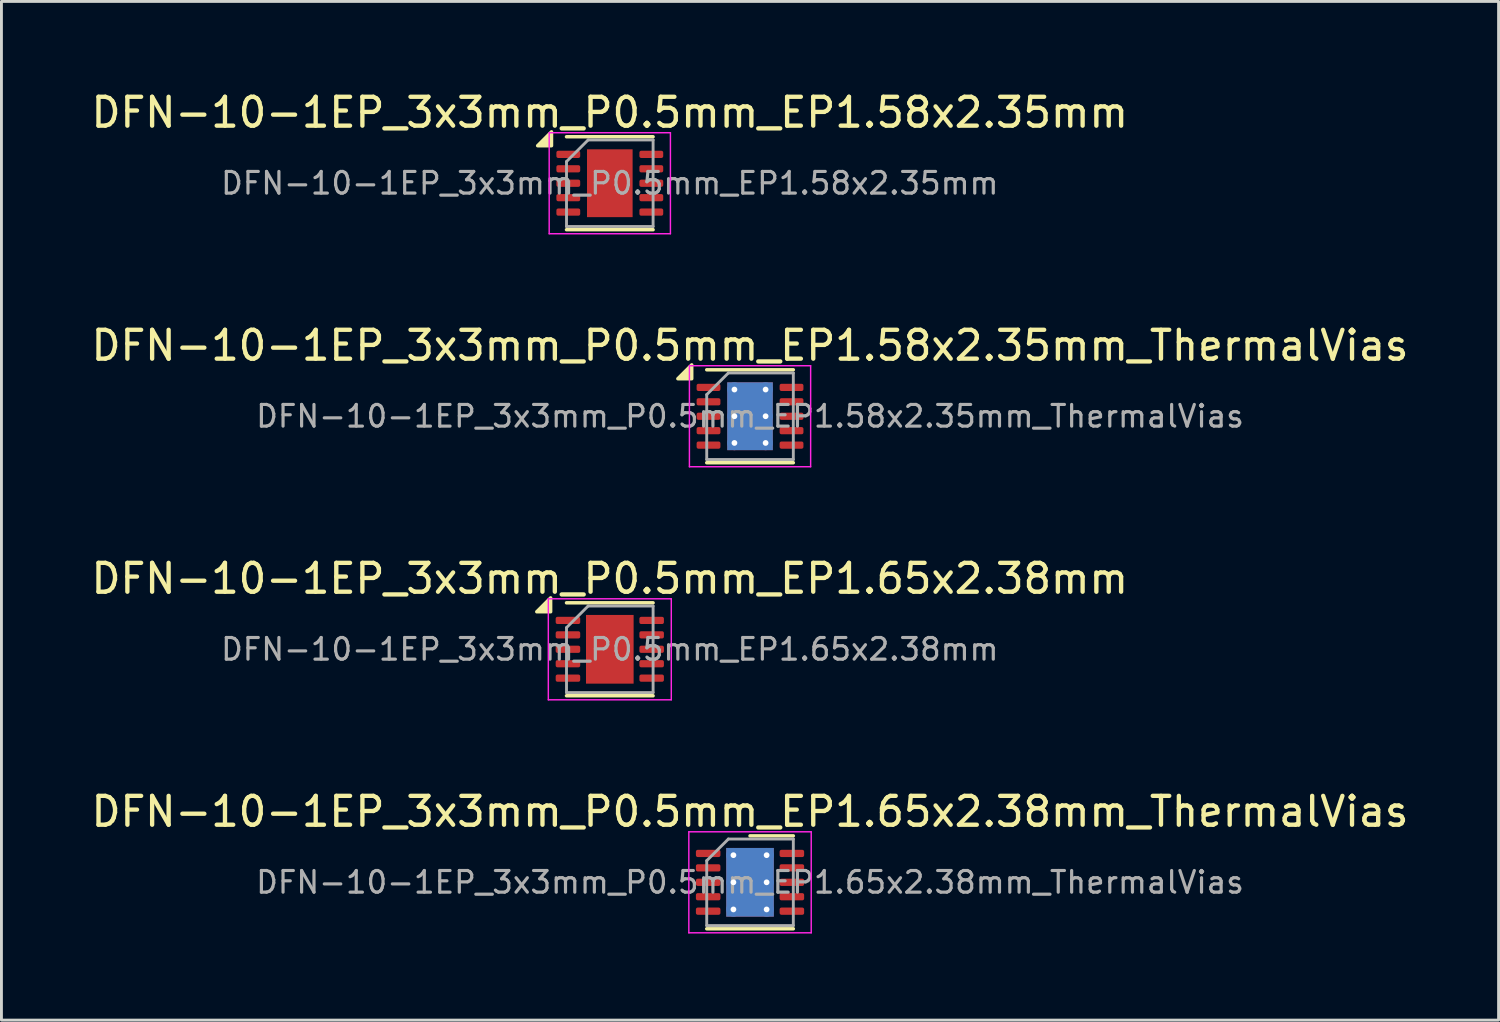
<source format=kicad_pcb>
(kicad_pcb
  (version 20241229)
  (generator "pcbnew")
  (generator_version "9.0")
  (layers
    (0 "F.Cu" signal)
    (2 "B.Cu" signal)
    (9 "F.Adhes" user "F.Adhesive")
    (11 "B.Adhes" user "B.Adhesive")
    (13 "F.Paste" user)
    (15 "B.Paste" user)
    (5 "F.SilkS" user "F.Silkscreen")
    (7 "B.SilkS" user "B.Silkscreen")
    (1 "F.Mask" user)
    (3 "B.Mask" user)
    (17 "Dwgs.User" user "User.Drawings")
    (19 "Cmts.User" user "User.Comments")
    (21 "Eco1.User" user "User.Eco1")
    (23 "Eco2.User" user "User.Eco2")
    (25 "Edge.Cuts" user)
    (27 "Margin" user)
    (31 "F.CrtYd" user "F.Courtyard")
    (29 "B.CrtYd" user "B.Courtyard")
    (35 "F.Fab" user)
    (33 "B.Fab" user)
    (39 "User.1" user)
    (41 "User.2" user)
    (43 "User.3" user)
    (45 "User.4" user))
  (footprint "DFN-10-1EP_3x3mm_P0.5mm_EP1.65x2.38mm"
    (layer "F.Cu")
    (at 18.077 19.445)
    (property "Reference" "DFN-10-1EP_3x3mm_P0.5mm_EP1.65x2.38mm" (at 0 -2.45 0) (layer "F.SilkS") (effects (font (size 1 1) (thickness 0.15))))
    (attr smd)
    (fp_line (start -1.5 -1.61) (end 1.5 -1.61) (stroke (width 0.12) (type solid)) (layer "F.SilkS"))
    (fp_line (start -1.5 1.61) (end 1.5 1.61) (stroke (width 0.12) (type solid)) (layer "F.SilkS"))
    (fp_poly (pts (xy -2.05 -1.3) (xy -2.53 -1.3) (xy -2.05 -1.78) (xy -2.05 -1.3)) (stroke (width 0.12) (type solid)) (fill yes) (layer "F.SilkS"))
    (fp_line (start -2.13 -1.75) (end -2.13 1.75) (stroke (width 0.05) (type solid)) (layer "F.CrtYd"))
    (fp_line (start -2.13 1.75) (end 2.13 1.75) (stroke (width 0.05) (type solid)) (layer "F.CrtYd"))
    (fp_line (start 2.13 -1.75) (end -2.13 -1.75) (stroke (width 0.05) (type solid)) (layer "F.CrtYd"))
    (fp_line (start 2.13 1.75) (end 2.13 -1.75) (stroke (width 0.05) (type solid)) (layer "F.CrtYd"))
    (fp_line (start -1.5 -0.75) (end -0.75 -1.5) (stroke (width 0.1) (type solid)) (layer "F.Fab"))
    (fp_line (start -1.5 1.5) (end -1.5 -0.75) (stroke (width 0.1) (type solid)) (layer "F.Fab"))
    (fp_line (start -0.75 -1.5) (end 1.5 -1.5) (stroke (width 0.1) (type solid)) (layer "F.Fab"))
    (fp_line (start 1.5 -1.5) (end 1.5 1.5) (stroke (width 0.1) (type solid)) (layer "F.Fab"))
    (fp_line (start 1.5 1.5) (end -1.5 1.5) (stroke (width 0.1) (type solid)) (layer "F.Fab"))
    (fp_text user "${REFERENCE}" (at 0 0 0) (layer "F.Fab") (effects (font (size 0.75 0.75) (thickness 0.11))))
    (pad "" smd roundrect (at -0.41 -0.595) (size 0.67 0.96) (layers "F.Paste") (roundrect_rratio 0.25))
    (pad "" smd roundrect (at -0.41 0.595) (size 0.67 0.96) (layers "F.Paste") (roundrect_rratio 0.25))
    (pad "" smd roundrect (at 0.41 -0.595) (size 0.67 0.96) (layers "F.Paste") (roundrect_rratio 0.25))
    (pad "" smd roundrect (at 0.41 0.595) (size 0.67 0.96) (layers "F.Paste") (roundrect_rratio 0.25))
    (pad "1" smd roundrect (at -1.45 -1) (size 0.85 0.25) (layers "F.Cu" "F.Mask" "F.Paste") (roundrect_rratio 0.25))
    (pad "2" smd roundrect (at -1.45 -0.5) (size 0.85 0.25) (layers "F.Cu" "F.Mask" "F.Paste") (roundrect_rratio 0.25))
    (pad "3" smd roundrect (at -1.45 0) (size 0.85 0.25) (layers "F.Cu" "F.Mask" "F.Paste") (roundrect_rratio 0.25))
    (pad "4" smd roundrect (at -1.45 0.5) (size 0.85 0.25) (layers "F.Cu" "F.Mask" "F.Paste") (roundrect_rratio 0.25))
    (pad "5" smd roundrect (at -1.45 1) (size 0.85 0.25) (layers "F.Cu" "F.Mask" "F.Paste") (roundrect_rratio 0.25))
    (pad "6" smd roundrect (at 1.45 1) (size 0.85 0.25) (layers "F.Cu" "F.Mask" "F.Paste") (roundrect_rratio 0.25))
    (pad "7" smd roundrect (at 1.45 0.5) (size 0.85 0.25) (layers "F.Cu" "F.Mask" "F.Paste") (roundrect_rratio 0.25))
    (pad "8" smd roundrect (at 1.45 0) (size 0.85 0.25) (layers "F.Cu" "F.Mask" "F.Paste") (roundrect_rratio 0.25))
    (pad "9" smd roundrect (at 1.45 -0.5) (size 0.85 0.25) (layers "F.Cu" "F.Mask" "F.Paste") (roundrect_rratio 0.25))
    (pad "10" smd roundrect (at 1.45 -1) (size 0.85 0.25) (layers "F.Cu" "F.Mask" "F.Paste") (roundrect_rratio 0.25))
    (pad "11" smd rect (at 0 0) (size 1.65 2.38) (property pad_prop_heatsink) (layers "F.Cu" "F.Mask")))
  (footprint "DFN-10-1EP_3x3mm_P0.5mm_EP1.58x2.35mm_ThermalVias"
    (layer "F.Cu")
    (at 22.935 11.371)
    (property "Reference" "DFN-10-1EP_3x3mm_P0.5mm_EP1.58x2.35mm_ThermalVias" (at 0 -2.45 0) (layer "F.SilkS") (effects (font (size 1 1) (thickness 0.15))))
    (attr smd)
    (fp_line (start -1.5 -1.61) (end 1.5 -1.61) (stroke (width 0.12) (type solid)) (layer "F.SilkS"))
    (fp_line (start -1.5 1.61) (end 1.5 1.61) (stroke (width 0.12) (type solid)) (layer "F.SilkS"))
    (fp_poly (pts (xy -2.02 -1.3) (xy -2.5 -1.3) (xy -2.02 -1.78) (xy -2.02 -1.3)) (stroke (width 0.12) (type solid)) (fill yes) (layer "F.SilkS"))
    (fp_line (start -2.1 -1.75) (end -2.1 1.75) (stroke (width 0.05) (type solid)) (layer "F.CrtYd"))
    (fp_line (start -2.1 1.75) (end 2.1 1.75) (stroke (width 0.05) (type solid)) (layer "F.CrtYd"))
    (fp_line (start 2.1 -1.75) (end -2.1 -1.75) (stroke (width 0.05) (type solid)) (layer "F.CrtYd"))
    (fp_line (start 2.1 1.75) (end 2.1 -1.75) (stroke (width 0.05) (type solid)) (layer "F.CrtYd"))
    (fp_line (start -1.5 -0.75) (end -0.75 -1.5) (stroke (width 0.1) (type solid)) (layer "F.Fab"))
    (fp_line (start -1.5 1.5) (end -1.5 -0.75) (stroke (width 0.1) (type solid)) (layer "F.Fab"))
    (fp_line (start -0.75 -1.5) (end 1.5 -1.5) (stroke (width 0.1) (type solid)) (layer "F.Fab"))
    (fp_line (start 1.5 -1.5) (end 1.5 1.5) (stroke (width 0.1) (type solid)) (layer "F.Fab"))
    (fp_line (start 1.5 1.5) (end -1.5 1.5) (stroke (width 0.1) (type solid)) (layer "F.Fab"))
    (fp_text user "${REFERENCE}" (at 0 0 0) (layer "F.Fab") (effects (font (size 0.75 0.75) (thickness 0.11))))
    (pad "" smd roundrect (at 0 -0.59) (size 1.27 0.95) (layers "F.Paste") (roundrect_rratio 0.25))
    (pad "" smd roundrect (at 0 0.59) (size 1.27 0.95) (layers "F.Paste") (roundrect_rratio 0.25))
    (pad "1" smd roundrect (at -1.438 -1) (size 0.825 0.25) (layers "F.Cu" "F.Mask" "F.Paste") (roundrect_rratio 0.25))
    (pad "2" smd roundrect (at -1.438 -0.5) (size 0.825 0.25) (layers "F.Cu" "F.Mask" "F.Paste") (roundrect_rratio 0.25))
    (pad "3" smd roundrect (at -1.438 0) (size 0.825 0.25) (layers "F.Cu" "F.Mask" "F.Paste") (roundrect_rratio 0.25))
    (pad "4" smd roundrect (at -1.438 0.5) (size 0.825 0.25) (layers "F.Cu" "F.Mask" "F.Paste") (roundrect_rratio 0.25))
    (pad "5" smd roundrect (at -1.438 1) (size 0.825 0.25) (layers "F.Cu" "F.Mask" "F.Paste") (roundrect_rratio 0.25))
    (pad "6" smd roundrect (at 1.438 1) (size 0.825 0.25) (layers "F.Cu" "F.Mask" "F.Paste") (roundrect_rratio 0.25))
    (pad "7" smd roundrect (at 1.438 0.5) (size 0.825 0.25) (layers "F.Cu" "F.Mask" "F.Paste") (roundrect_rratio 0.25))
    (pad "8" smd roundrect (at 1.438 0) (size 0.825 0.25) (layers "F.Cu" "F.Mask" "F.Paste") (roundrect_rratio 0.25))
    (pad "9" smd roundrect (at 1.438 -0.5) (size 0.825 0.25) (layers "F.Cu" "F.Mask" "F.Paste") (roundrect_rratio 0.25))
    (pad "10" smd roundrect (at 1.438 -1) (size 0.825 0.25) (layers "F.Cu" "F.Mask" "F.Paste") (roundrect_rratio 0.25))
    (pad "11" thru_hole circle (at -0.54 -0.925) (size 0.5 0.5) (drill 0.2) (property pad_prop_heatsink) (layers "*.Cu"))
    (pad "11" thru_hole circle (at -0.54 0) (size 0.5 0.5) (drill 0.2) (property pad_prop_heatsink) (layers "*.Cu"))
    (pad "11" thru_hole circle (at -0.54 0.925) (size 0.5 0.5) (drill 0.2) (property pad_prop_heatsink) (layers "*.Cu"))
    (pad "11" smd rect (at 0 0) (size 1.58 2.35) (property pad_prop_heatsink) (layers "F.Cu" "F.Mask"))
    (pad "11" smd rect (at 0 0) (size 1.58 2.35) (property pad_prop_heatsink) (layers "B.Cu"))
    (pad "11" thru_hole circle (at 0.54 -0.925) (size 0.5 0.5) (drill 0.2) (property pad_prop_heatsink) (layers "*.Cu"))
    (pad "11" thru_hole circle (at 0.54 0) (size 0.5 0.5) (drill 0.2) (property pad_prop_heatsink) (layers "*.Cu"))
    (pad "11" thru_hole circle (at 0.54 0.925) (size 0.5 0.5) (drill 0.2) (property pad_prop_heatsink) (layers "*.Cu")))
  (footprint "DFN-10-1EP_3x3mm_P0.5mm_EP1.58x2.35mm"
    (layer "F.Cu")
    (at 18.077 3.298)
    (property "Reference" "DFN-10-1EP_3x3mm_P0.5mm_EP1.58x2.35mm" (at 0 -2.45 0) (layer "F.SilkS") (effects (font (size 1 1) (thickness 0.15))))
    (attr smd)
    (fp_line (start -1.5 -1.61) (end 1.5 -1.61) (stroke (width 0.12) (type solid)) (layer "F.SilkS"))
    (fp_line (start -1.5 1.61) (end 1.5 1.61) (stroke (width 0.12) (type solid)) (layer "F.SilkS"))
    (fp_poly (pts (xy -2.02 -1.3) (xy -2.5 -1.3) (xy -2.02 -1.78) (xy -2.02 -1.3)) (stroke (width 0.12) (type solid)) (fill yes) (layer "F.SilkS"))
    (fp_line (start -2.1 -1.75) (end -2.1 1.75) (stroke (width 0.05) (type solid)) (layer "F.CrtYd"))
    (fp_line (start -2.1 1.75) (end 2.1 1.75) (stroke (width 0.05) (type solid)) (layer "F.CrtYd"))
    (fp_line (start 2.1 -1.75) (end -2.1 -1.75) (stroke (width 0.05) (type solid)) (layer "F.CrtYd"))
    (fp_line (start 2.1 1.75) (end 2.1 -1.75) (stroke (width 0.05) (type solid)) (layer "F.CrtYd"))
    (fp_line (start -1.5 -0.75) (end -0.75 -1.5) (stroke (width 0.1) (type solid)) (layer "F.Fab"))
    (fp_line (start -1.5 1.5) (end -1.5 -0.75) (stroke (width 0.1) (type solid)) (layer "F.Fab"))
    (fp_line (start -0.75 -1.5) (end 1.5 -1.5) (stroke (width 0.1) (type solid)) (layer "F.Fab"))
    (fp_line (start 1.5 -1.5) (end 1.5 1.5) (stroke (width 0.1) (type solid)) (layer "F.Fab"))
    (fp_line (start 1.5 1.5) (end -1.5 1.5) (stroke (width 0.1) (type solid)) (layer "F.Fab"))
    (fp_text user "${REFERENCE}" (at 0 0 0) (layer "F.Fab") (effects (font (size 0.75 0.75) (thickness 0.11))))
    (pad "" smd roundrect (at -0.395 -0.59) (size 0.64 0.95) (layers "F.Paste") (roundrect_rratio 0.25))
    (pad "" smd roundrect (at -0.395 0.59) (size 0.64 0.95) (layers "F.Paste") (roundrect_rratio 0.25))
    (pad "" smd roundrect (at 0.395 -0.59) (size 0.64 0.95) (layers "F.Paste") (roundrect_rratio 0.25))
    (pad "" smd roundrect (at 0.395 0.59) (size 0.64 0.95) (layers "F.Paste") (roundrect_rratio 0.25))
    (pad "1" smd roundrect (at -1.438 -1) (size 0.825 0.25) (layers "F.Cu" "F.Mask" "F.Paste") (roundrect_rratio 0.25))
    (pad "2" smd roundrect (at -1.438 -0.5) (size 0.825 0.25) (layers "F.Cu" "F.Mask" "F.Paste") (roundrect_rratio 0.25))
    (pad "3" smd roundrect (at -1.438 0) (size 0.825 0.25) (layers "F.Cu" "F.Mask" "F.Paste") (roundrect_rratio 0.25))
    (pad "4" smd roundrect (at -1.438 0.5) (size 0.825 0.25) (layers "F.Cu" "F.Mask" "F.Paste") (roundrect_rratio 0.25))
    (pad "5" smd roundrect (at -1.438 1) (size 0.825 0.25) (layers "F.Cu" "F.Mask" "F.Paste") (roundrect_rratio 0.25))
    (pad "6" smd roundrect (at 1.438 1) (size 0.825 0.25) (layers "F.Cu" "F.Mask" "F.Paste") (roundrect_rratio 0.25))
    (pad "7" smd roundrect (at 1.438 0.5) (size 0.825 0.25) (layers "F.Cu" "F.Mask" "F.Paste") (roundrect_rratio 0.25))
    (pad "8" smd roundrect (at 1.438 0) (size 0.825 0.25) (layers "F.Cu" "F.Mask" "F.Paste") (roundrect_rratio 0.25))
    (pad "9" smd roundrect (at 1.438 -0.5) (size 0.825 0.25) (layers "F.Cu" "F.Mask" "F.Paste") (roundrect_rratio 0.25))
    (pad "10" smd roundrect (at 1.438 -1) (size 0.825 0.25) (layers "F.Cu" "F.Mask" "F.Paste") (roundrect_rratio 0.25))
    (pad "11" smd rect (at 0 0) (size 1.58 2.35) (property pad_prop_heatsink) (layers "F.Cu" "F.Mask")))
  (footprint "DFN-10-1EP_3x3mm_P0.5mm_EP1.65x2.38mm_ThermalVias"
    (layer "F.Cu")
    (at 22.935 27.518)
    (property "Reference" "DFN-10-1EP_3x3mm_P0.5mm_EP1.65x2.38mm_ThermalVias" (at 0 -2.45 0) (layer "F.SilkS") (effects (font (size 1 1) (thickness 0.15))))
    (attr smd)
    (fp_line (start -1.5 1.61) (end 1.5 1.61) (stroke (width 0.12) (type solid)) (layer "F.SilkS"))
    (fp_line (start 0 -1.61) (end 1.5 -1.61) (stroke (width 0.12) (type solid)) (layer "F.SilkS"))
    (fp_line (start -2.12 -1.75) (end -2.12 1.75) (stroke (width 0.05) (type solid)) (layer "F.CrtYd"))
    (fp_line (start -2.12 1.75) (end 2.12 1.75) (stroke (width 0.05) (type solid)) (layer "F.CrtYd"))
    (fp_line (start 2.12 -1.75) (end -2.12 -1.75) (stroke (width 0.05) (type solid)) (layer "F.CrtYd"))
    (fp_line (start 2.12 1.75) (end 2.12 -1.75) (stroke (width 0.05) (type solid)) (layer "F.CrtYd"))
    (fp_line (start -1.5 -0.75) (end -0.75 -1.5) (stroke (width 0.1) (type solid)) (layer "F.Fab"))
    (fp_line (start -1.5 1.5) (end -1.5 -0.75) (stroke (width 0.1) (type solid)) (layer "F.Fab"))
    (fp_line (start -0.75 -1.5) (end 1.5 -1.5) (stroke (width 0.1) (type solid)) (layer "F.Fab"))
    (fp_line (start 1.5 -1.5) (end 1.5 1.5) (stroke (width 0.1) (type solid)) (layer "F.Fab"))
    (fp_line (start 1.5 1.5) (end -1.5 1.5) (stroke (width 0.1) (type solid)) (layer "F.Fab"))
    (fp_text user "${REFERENCE}" (at 0 0 0) (layer "F.Fab") (effects (font (size 0.75 0.75) (thickness 0.11))))
    (pad "" smd roundrect (at -0.41 -0.595) (size 0.67 0.96) (layers "F.Paste") (roundrect_rratio 0.25))
    (pad "" smd roundrect (at -0.41 0.595) (size 0.67 0.96) (layers "F.Paste") (roundrect_rratio 0.25))
    (pad "" smd roundrect (at 0.41 -0.595) (size 0.67 0.96) (layers "F.Paste") (roundrect_rratio 0.25))
    (pad "" smd roundrect (at 0.41 0.595) (size 0.67 0.96) (layers "F.Paste") (roundrect_rratio 0.25))
    (pad "1" smd roundrect (at -1.45 -1) (size 0.85 0.25) (layers "F.Cu" "F.Mask" "F.Paste") (roundrect_rratio 0.25))
    (pad "2" smd roundrect (at -1.45 -0.5) (size 0.85 0.25) (layers "F.Cu" "F.Mask" "F.Paste") (roundrect_rratio 0.25))
    (pad "3" smd roundrect (at -1.45 0) (size 0.85 0.25) (layers "F.Cu" "F.Mask" "F.Paste") (roundrect_rratio 0.25))
    (pad "4" smd roundrect (at -1.45 0.5) (size 0.85 0.25) (layers "F.Cu" "F.Mask" "F.Paste") (roundrect_rratio 0.25))
    (pad "5" smd roundrect (at -1.45 1) (size 0.85 0.25) (layers "F.Cu" "F.Mask" "F.Paste") (roundrect_rratio 0.25))
    (pad "6" smd roundrect (at 1.45 1) (size 0.85 0.25) (layers "F.Cu" "F.Mask" "F.Paste") (roundrect_rratio 0.25))
    (pad "7" smd roundrect (at 1.45 0.5) (size 0.85 0.25) (layers "F.Cu" "F.Mask" "F.Paste") (roundrect_rratio 0.25))
    (pad "8" smd roundrect (at 1.45 0) (size 0.85 0.25) (layers "F.Cu" "F.Mask" "F.Paste") (roundrect_rratio 0.25))
    (pad "9" smd roundrect (at 1.45 -0.5) (size 0.85 0.25) (layers "F.Cu" "F.Mask" "F.Paste") (roundrect_rratio 0.25))
    (pad "10" smd roundrect (at 1.45 -1) (size 0.85 0.25) (layers "F.Cu" "F.Mask" "F.Paste") (roundrect_rratio 0.25))
    (pad "11" thru_hole circle (at -0.575 -0.94) (size 0.5 0.5) (drill 0.2) (layers "*.Cu"))
    (pad "11" thru_hole circle (at -0.575 0) (size 0.5 0.5) (drill 0.2) (layers "*.Cu"))
    (pad "11" thru_hole circle (at -0.575 0.94) (size 0.5 0.5) (drill 0.2) (layers "*.Cu"))
    (pad "11" smd rect (at 0 0) (size 1.65 2.38) (layers "F.Cu" "F.Mask"))
    (pad "11" smd rect (at 0 0) (size 1.65 2.38) (layers "B.Cu"))
    (pad "11" thru_hole circle (at 0.575 -0.94) (size 0.5 0.5) (drill 0.2) (layers "*.Cu"))
    (pad "11" thru_hole circle (at 0.575 0) (size 0.5 0.5) (drill 0.2) (layers "*.Cu"))
    (pad "11" thru_hole circle (at 0.575 0.94) (size 0.5 0.5) (drill 0.2) (layers "*.Cu")))
  (gr_rect
    (start -3 -3)
    (end 48.869 32.293)
    (stroke (width 0.1) (type default))
    (fill no)
    (layer "Edge.Cuts")))
</source>
